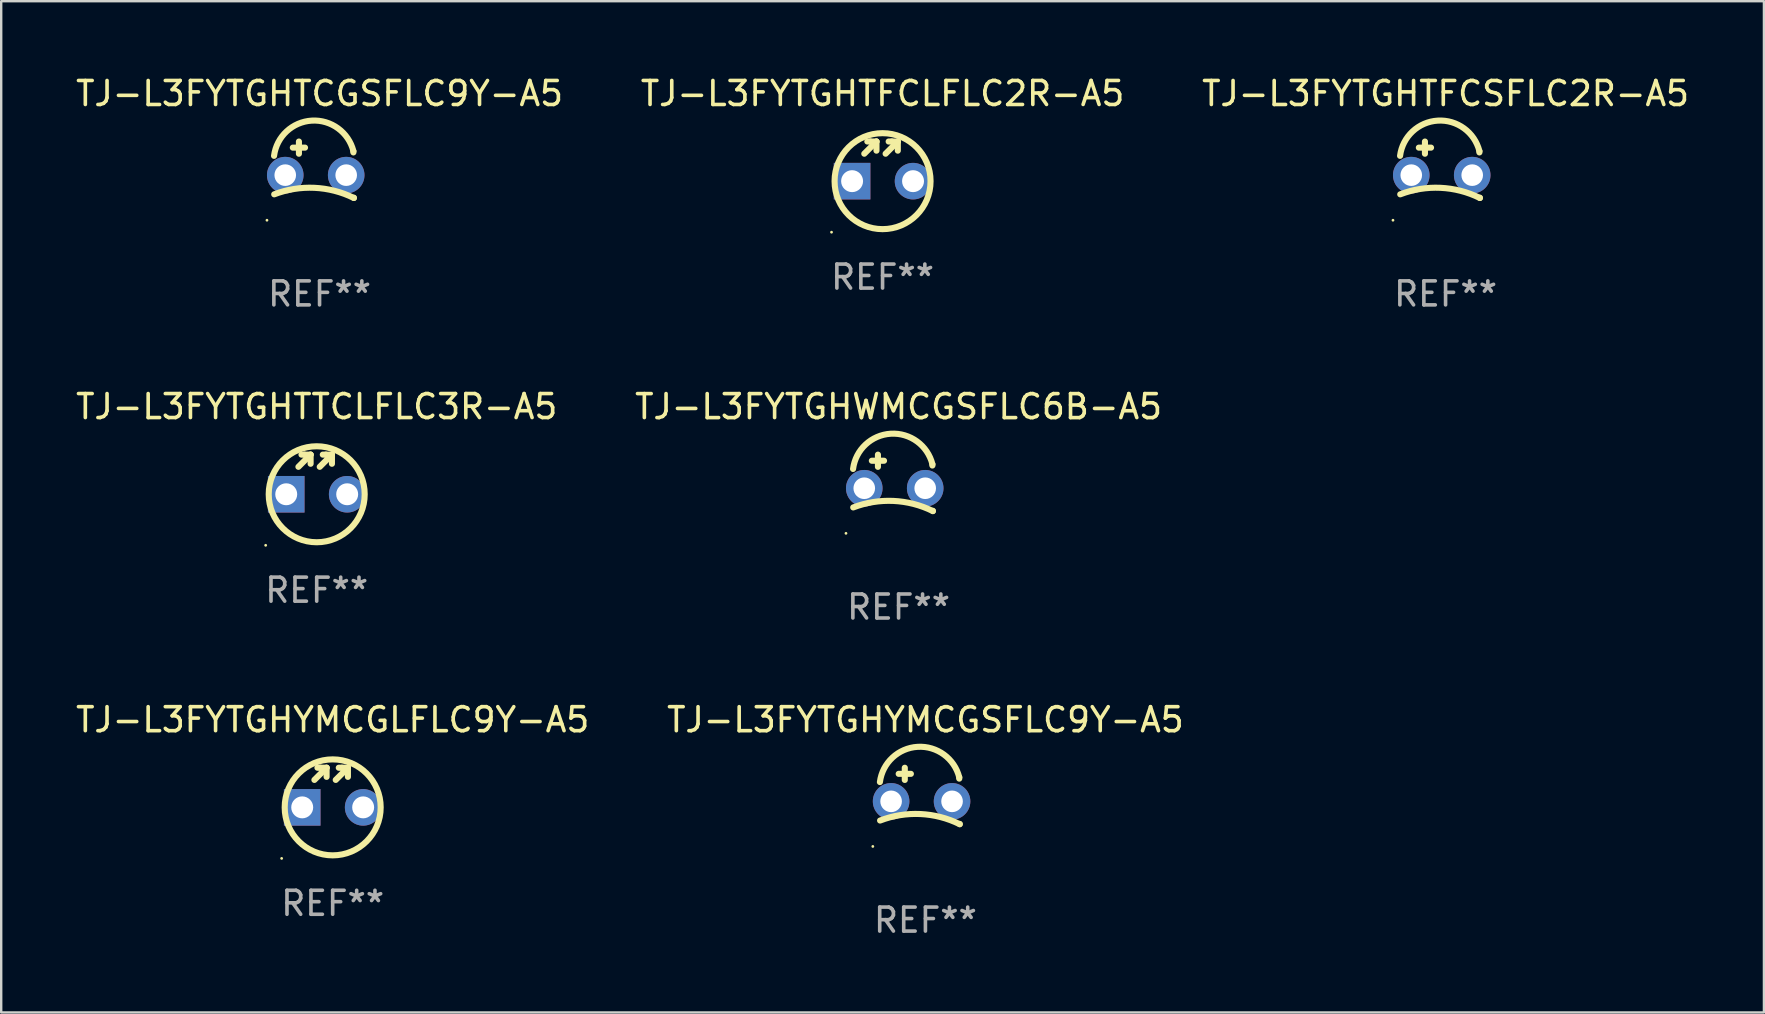
<source format=kicad_pcb>
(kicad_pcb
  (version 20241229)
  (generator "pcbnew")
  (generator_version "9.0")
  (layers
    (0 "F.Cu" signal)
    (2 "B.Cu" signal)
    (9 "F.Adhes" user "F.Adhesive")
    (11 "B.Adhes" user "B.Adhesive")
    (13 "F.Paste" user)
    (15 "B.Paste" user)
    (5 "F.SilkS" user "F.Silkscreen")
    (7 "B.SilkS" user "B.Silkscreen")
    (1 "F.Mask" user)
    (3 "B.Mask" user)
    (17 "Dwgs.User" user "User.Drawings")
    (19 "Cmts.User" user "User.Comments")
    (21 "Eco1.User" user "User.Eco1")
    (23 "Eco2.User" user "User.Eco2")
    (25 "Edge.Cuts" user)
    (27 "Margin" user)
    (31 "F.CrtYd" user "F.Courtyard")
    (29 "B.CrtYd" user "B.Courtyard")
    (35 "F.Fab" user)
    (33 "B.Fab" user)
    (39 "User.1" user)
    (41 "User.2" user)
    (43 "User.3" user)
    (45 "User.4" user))
  (footprint "TJ-L3FYTGHTCGSFLC9Y-A5"
    (layer "F.Cu")
    (at 10.268 4.025)
    (property "Reference" "TJ-L3FYTGHTCGSFLC9Y-A5" (at 0 -3.176 0) (layer "F.SilkS") (effects (font (size 1 1) (thickness 0.15))))
    (attr through_hole)
    (fp_line (start -1.114 -0.922) (end -0.606 -0.922) (stroke (width 0.254) (type solid)) (layer "F.SilkS"))
    (fp_line (start -0.86 -1.176) (end -0.86 -0.668) (stroke (width 0.254) (type solid)) (layer "F.SilkS"))
    (fp_line (start 1.41 -0.776) (end 1.41 -0.723) (stroke (width 0.254) (type solid)) (layer "F.SilkS"))
    (fp_line (start 1.43 1.176) (end 1.43 1.164) (stroke (width 0.254) (type solid)) (layer "F.SilkS"))
    (fp_arc (start -1.896915 -0.579704) (mid -0.324751 -2.048067) (end 1.4103 -0.776302) (stroke (width 0.254001) (type solid)) (layer "F.SilkS"))
    (fp_arc (start -1.8897 1.023698) (mid -0.214006 0.752438) (end 1.429731 1.176302) (stroke (width 0.254001) (type solid)) (layer "F.SilkS"))
    (fp_circle (center -2.192 2.103) (end -2.162 2.103) (stroke (width 0.06) (type solid)) (fill no) (layer "F.SilkS"))
    (fp_text user "REF**" (at 0 5.176 0) (layer "F.Fab") (effects (font (size 1 1) (thickness 0.15))))
    (pad "1" thru_hole circle (at -1.43 0.224) (size 1.524 1.524) (drill 0.9) (layers "*.Cu" "*.Mask"))
    (pad "2" thru_hole circle (at 1.11 0.224) (size 1.524 1.524) (drill 0.9) (layers "*.Cu" "*.Mask")))
  (footprint "TJ-L3FYTGHWMCGSFLC6B-A5"
    (layer "F.Cu")
    (at 34.399 17.074)
    (property "Reference" "TJ-L3FYTGHWMCGSFLC6B-A5" (at 0 -3.176 0) (layer "F.SilkS") (effects (font (size 1 1) (thickness 0.15))))
    (attr through_hole)
    (fp_line (start -1.114 -0.922) (end -0.606 -0.922) (stroke (width 0.254) (type solid)) (layer "F.SilkS"))
    (fp_line (start -0.86 -1.176) (end -0.86 -0.668) (stroke (width 0.254) (type solid)) (layer "F.SilkS"))
    (fp_line (start 1.41 -0.776) (end 1.41 -0.723) (stroke (width 0.254) (type solid)) (layer "F.SilkS"))
    (fp_line (start 1.43 1.176) (end 1.43 1.164) (stroke (width 0.254) (type solid)) (layer "F.SilkS"))
    (fp_arc (start -1.896915 -0.579704) (mid -0.324751 -2.048067) (end 1.4103 -0.776302) (stroke (width 0.254001) (type solid)) (layer "F.SilkS"))
    (fp_arc (start -1.8897 1.023698) (mid -0.214006 0.752438) (end 1.429731 1.176302) (stroke (width 0.254001) (type solid)) (layer "F.SilkS"))
    (fp_circle (center -2.192 2.103) (end -2.162 2.103) (stroke (width 0.06) (type solid)) (fill no) (layer "F.SilkS"))
    (fp_text user "REF**" (at 0 5.176 0) (layer "F.Fab") (effects (font (size 1 1) (thickness 0.15))))
    (pad "1" thru_hole circle (at -1.43 0.224) (size 1.524 1.524) (drill 0.9) (layers "*.Cu" "*.Mask"))
    (pad "2" thru_hole circle (at 1.11 0.224) (size 1.524 1.524) (drill 0.9) (layers "*.Cu" "*.Mask")))
  (footprint "TJ-L3FYTGHYMCGSFLC9Y-A5"
    (layer "F.Cu")
    (at 35.518 30.123)
    (property "Reference" "TJ-L3FYTGHYMCGSFLC9Y-A5" (at 0 -3.176 0) (layer "F.SilkS") (effects (font (size 1 1) (thickness 0.15))))
    (attr through_hole)
    (fp_line (start -1.114 -0.922) (end -0.606 -0.922) (stroke (width 0.254) (type solid)) (layer "F.SilkS"))
    (fp_line (start -0.86 -1.176) (end -0.86 -0.668) (stroke (width 0.254) (type solid)) (layer "F.SilkS"))
    (fp_line (start 1.41 -0.776) (end 1.41 -0.723) (stroke (width 0.254) (type solid)) (layer "F.SilkS"))
    (fp_line (start 1.43 1.176) (end 1.43 1.164) (stroke (width 0.254) (type solid)) (layer "F.SilkS"))
    (fp_arc (start -1.896915 -0.579704) (mid -0.324751 -2.048067) (end 1.4103 -0.776302) (stroke (width 0.254001) (type solid)) (layer "F.SilkS"))
    (fp_arc (start -1.8897 1.023698) (mid -0.214006 0.752438) (end 1.429731 1.176302) (stroke (width 0.254001) (type solid)) (layer "F.SilkS"))
    (fp_circle (center -2.192 2.103) (end -2.162 2.103) (stroke (width 0.06) (type solid)) (fill no) (layer "F.SilkS"))
    (fp_text user "REF**" (at 0 5.176 0) (layer "F.Fab") (effects (font (size 1 1) (thickness 0.15))))
    (pad "1" thru_hole circle (at -1.43 0.224) (size 1.524 1.524) (drill 0.9) (layers "*.Cu" "*.Mask"))
    (pad "2" thru_hole circle (at 1.11 0.224) (size 1.524 1.524) (drill 0.9) (layers "*.Cu" "*.Mask")))
  (footprint "TJ-L3FYTGHTTCLFLC3R-A5"
    (layer "F.Cu")
    (at 10.149 16.723)
    (property "Reference" "TJ-L3FYTGHTTCLFLC3R-A5" (at 0 -2.826 0) (layer "F.SilkS") (effects (font (size 1 1) (thickness 0.15))))
    (attr through_hole)
    (fp_line (start -0.762 -0.318) (end -0.254 -0.826) (stroke (width 0.254) (type solid)) (layer "F.SilkS"))
    (fp_line (start -0.508 -0.826) (end -0.635 -0.826) (stroke (width 0.254) (type solid)) (layer "F.SilkS"))
    (fp_line (start -0.254 -0.826) (end -0.508 -0.826) (stroke (width 0.254) (type solid)) (layer "F.SilkS"))
    (fp_line (start -0.254 -0.826) (end -0.254 -0.445) (stroke (width 0.254) (type solid)) (layer "F.SilkS"))
    (fp_line (start 0.127 -0.318) (end 0.635 -0.826) (stroke (width 0.254) (type solid)) (layer "F.SilkS"))
    (fp_line (start 0.381 -0.826) (end 0.254 -0.826) (stroke (width 0.254) (type solid)) (layer "F.SilkS"))
    (fp_line (start 0.635 -0.826) (end 0.381 -0.826) (stroke (width 0.254) (type solid)) (layer "F.SilkS"))
    (fp_line (start 0.635 -0.826) (end 0.635 -0.445) (stroke (width 0.254) (type solid)) (layer "F.SilkS"))
    (fp_circle (center -2.127 2.953) (end -2.097 2.953) (stroke (width 0.06) (type solid)) (fill no) (layer "F.SilkS"))
    (fp_circle (center 0 0.826) (end 2 0.826) (stroke (width 0.254) (type solid)) (fill no) (layer "F.SilkS"))
    (fp_text user "REF**" (at 0 4.826 0) (layer "F.Fab") (effects (font (size 1 1) (thickness 0.15))))
    (pad "1" thru_hole rect (at -1.27 0.826) (size 1.524 1.524) (drill 0.914) (layers "*.Cu" "*.Mask"))
    (pad "2" thru_hole circle (at 1.27 0.826) (size 1.524 1.524) (drill 0.914) (layers "*.Cu" "*.Mask")))
  (footprint "TJ-L3FYTGHYMCGLFLC9Y-A5"
    (layer "F.Cu")
    (at 10.815 29.772)
    (property "Reference" "TJ-L3FYTGHYMCGLFLC9Y-A5" (at 0 -2.826 0) (layer "F.SilkS") (effects (font (size 1 1) (thickness 0.15))))
    (attr through_hole)
    (fp_line (start -0.762 -0.318) (end -0.254 -0.826) (stroke (width 0.254) (type solid)) (layer "F.SilkS"))
    (fp_line (start -0.508 -0.826) (end -0.635 -0.826) (stroke (width 0.254) (type solid)) (layer "F.SilkS"))
    (fp_line (start -0.254 -0.826) (end -0.508 -0.826) (stroke (width 0.254) (type solid)) (layer "F.SilkS"))
    (fp_line (start -0.254 -0.826) (end -0.254 -0.445) (stroke (width 0.254) (type solid)) (layer "F.SilkS"))
    (fp_line (start 0.127 -0.318) (end 0.635 -0.826) (stroke (width 0.254) (type solid)) (layer "F.SilkS"))
    (fp_line (start 0.381 -0.826) (end 0.254 -0.826) (stroke (width 0.254) (type solid)) (layer "F.SilkS"))
    (fp_line (start 0.635 -0.826) (end 0.381 -0.826) (stroke (width 0.254) (type solid)) (layer "F.SilkS"))
    (fp_line (start 0.635 -0.826) (end 0.635 -0.445) (stroke (width 0.254) (type solid)) (layer "F.SilkS"))
    (fp_circle (center -2.127 2.953) (end -2.097 2.953) (stroke (width 0.06) (type solid)) (fill no) (layer "F.SilkS"))
    (fp_circle (center 0 0.826) (end 2 0.826) (stroke (width 0.254) (type solid)) (fill no) (layer "F.SilkS"))
    (fp_text user "REF**" (at 0 4.826 0) (layer "F.Fab") (effects (font (size 1 1) (thickness 0.15))))
    (pad "1" thru_hole rect (at -1.27 0.826) (size 1.524 1.524) (drill 0.914) (layers "*.Cu" "*.Mask"))
    (pad "2" thru_hole circle (at 1.27 0.826) (size 1.524 1.524) (drill 0.914) (layers "*.Cu" "*.Mask")))
  (footprint "TJ-L3FYTGHTFCLFLC2R-A5"
    (layer "F.Cu")
    (at 33.732 3.674)
    (property "Reference" "TJ-L3FYTGHTFCLFLC2R-A5" (at 0 -2.826 0) (layer "F.SilkS") (effects (font (size 1 1) (thickness 0.15))))
    (attr through_hole)
    (fp_line (start -0.762 -0.318) (end -0.254 -0.826) (stroke (width 0.254) (type solid)) (layer "F.SilkS"))
    (fp_line (start -0.508 -0.826) (end -0.635 -0.826) (stroke (width 0.254) (type solid)) (layer "F.SilkS"))
    (fp_line (start -0.254 -0.826) (end -0.508 -0.826) (stroke (width 0.254) (type solid)) (layer "F.SilkS"))
    (fp_line (start -0.254 -0.826) (end -0.254 -0.445) (stroke (width 0.254) (type solid)) (layer "F.SilkS"))
    (fp_line (start 0.127 -0.318) (end 0.635 -0.826) (stroke (width 0.254) (type solid)) (layer "F.SilkS"))
    (fp_line (start 0.381 -0.826) (end 0.254 -0.826) (stroke (width 0.254) (type solid)) (layer "F.SilkS"))
    (fp_line (start 0.635 -0.826) (end 0.381 -0.826) (stroke (width 0.254) (type solid)) (layer "F.SilkS"))
    (fp_line (start 0.635 -0.826) (end 0.635 -0.445) (stroke (width 0.254) (type solid)) (layer "F.SilkS"))
    (fp_circle (center -2.127 2.953) (end -2.097 2.953) (stroke (width 0.06) (type solid)) (fill no) (layer "F.SilkS"))
    (fp_circle (center 0 0.826) (end 2 0.826) (stroke (width 0.254) (type solid)) (fill no) (layer "F.SilkS"))
    (fp_text user "REF**" (at 0 4.826 0) (layer "F.Fab") (effects (font (size 1 1) (thickness 0.15))))
    (pad "1" thru_hole rect (at -1.27 0.826) (size 1.524 1.524) (drill 0.914) (layers "*.Cu" "*.Mask"))
    (pad "2" thru_hole circle (at 1.27 0.826) (size 1.524 1.524) (drill 0.914) (layers "*.Cu" "*.Mask")))
  (footprint "TJ-L3FYTGHTFCSFLC2R-A5"
    (layer "F.Cu")
    (at 57.196 4.025)
    (property "Reference" "TJ-L3FYTGHTFCSFLC2R-A5" (at 0 -3.176 0) (layer "F.SilkS") (effects (font (size 1 1) (thickness 0.15))))
    (attr through_hole)
    (fp_line (start -1.114 -0.922) (end -0.606 -0.922) (stroke (width 0.254) (type solid)) (layer "F.SilkS"))
    (fp_line (start -0.86 -1.176) (end -0.86 -0.668) (stroke (width 0.254) (type solid)) (layer "F.SilkS"))
    (fp_line (start 1.41 -0.776) (end 1.41 -0.723) (stroke (width 0.254) (type solid)) (layer "F.SilkS"))
    (fp_line (start 1.43 1.176) (end 1.43 1.164) (stroke (width 0.254) (type solid)) (layer "F.SilkS"))
    (fp_arc (start -1.896915 -0.579704) (mid -0.324751 -2.048067) (end 1.4103 -0.776302) (stroke (width 0.254001) (type solid)) (layer "F.SilkS"))
    (fp_arc (start -1.8897 1.023698) (mid -0.214006 0.752438) (end 1.429731 1.176302) (stroke (width 0.254001) (type solid)) (layer "F.SilkS"))
    (fp_circle (center -2.192 2.103) (end -2.162 2.103) (stroke (width 0.06) (type solid)) (fill no) (layer "F.SilkS"))
    (fp_text user "REF**" (at 0 5.176 0) (layer "F.Fab") (effects (font (size 1 1) (thickness 0.15))))
    (pad "1" thru_hole circle (at -1.43 0.224) (size 1.524 1.524) (drill 0.9) (layers "*.Cu" "*.Mask"))
    (pad "2" thru_hole circle (at 1.11 0.224) (size 1.524 1.524) (drill 0.9) (layers "*.Cu" "*.Mask")))
  (gr_rect
    (start -3 -3)
    (end 70.464 39.147)
    (stroke (width 0.1) (type default))
    (fill no)
    (layer "Edge.Cuts")))
</source>
